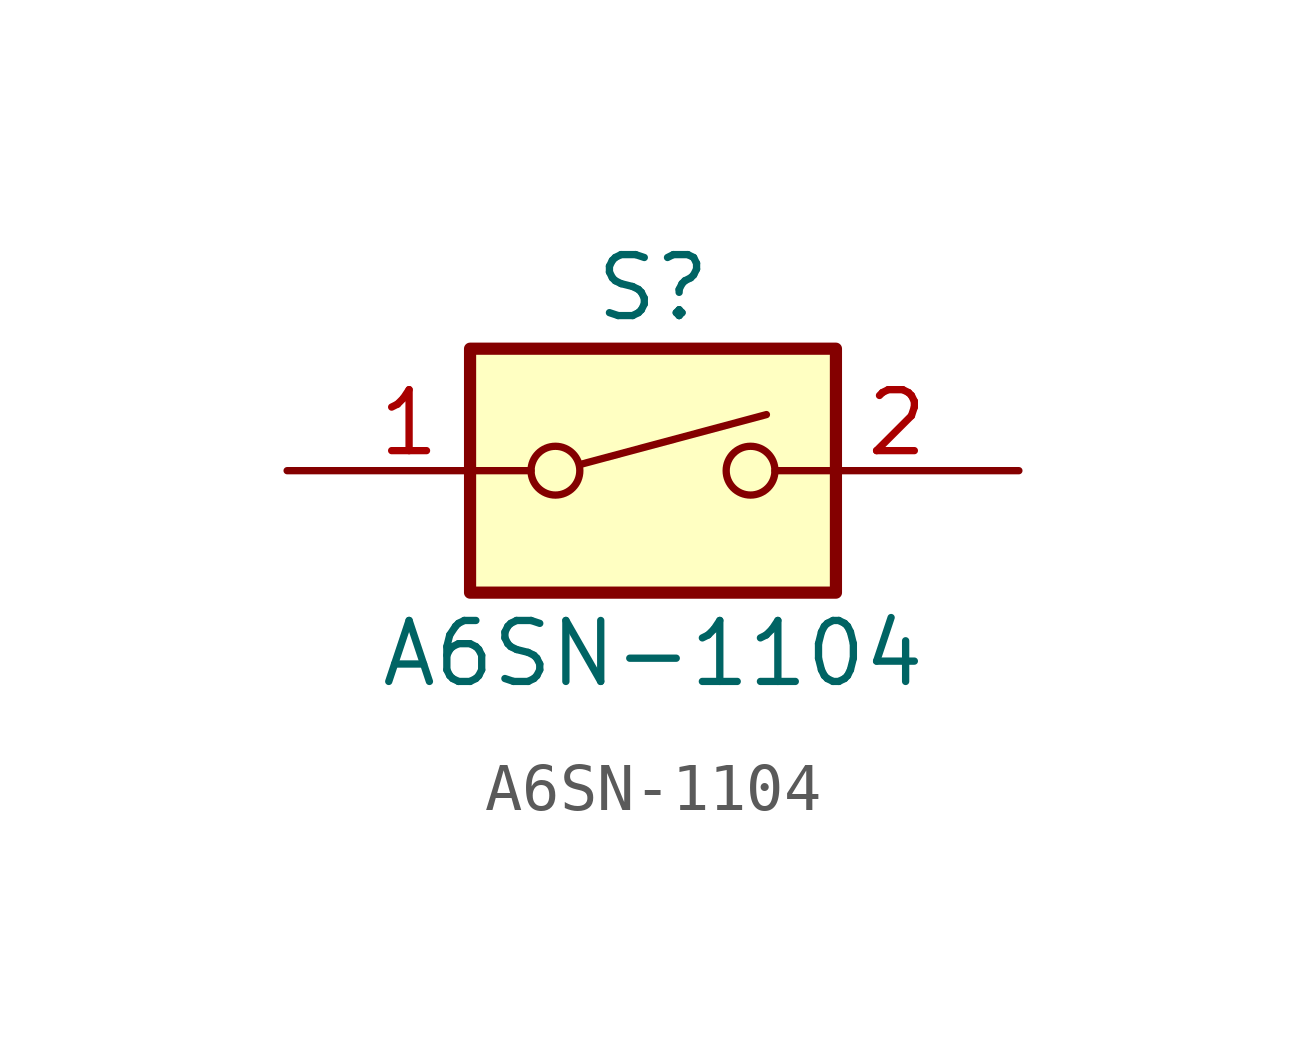
<source format=kicad_sym>
(kicad_symbol_lib
  (version 20220914)
  (generator kicad_symbol_editor)
  (symbol "A6SN-1104"
    (pin_names
      (offset 0.762))
    (property "Reference" "S"
      (at 0 3.81 0)
      (effects (font (size 1.27 1.27))))
    (property "Value" "A6SN-1104"
      (at 0 -3.81 0)
      (effects (font (size 1.27 1.27))))
    (symbol "A6SN-1104_0_0"
      (circle (center -2.032 0) (radius 0.508) (stroke (width 0) (type default)) (fill (type none)))
      (polyline (pts (xy -1.524 0.127) (xy 2.362 1.168)) (stroke (width 0) (type default)) (fill (type none)))
      (circle (center 2.032 0) (radius 0.508) (stroke (width 0) (type default)) (fill (type none))))
    (symbol "A6SN-1104_0_1"
      (rectangle (start -3.81 2.54) (end 3.81 -2.54) (stroke (width 0.254) (type default)) (fill (type background))))
    (symbol "A6SN-1104_1_1"
      (pin passive line (at -7.62 0 0) (length 5.08) (name "~" (effects (font (size 1.27 1.27)))) (number "1" (effects (font (size 1.27 1.27)))))
      (pin passive line (at 7.62 0 180) (length 5.08) (name "~" (effects (font (size 1.27 1.27)))) (number "2" (effects (font (size 1.27 1.27))))))))
</source>
